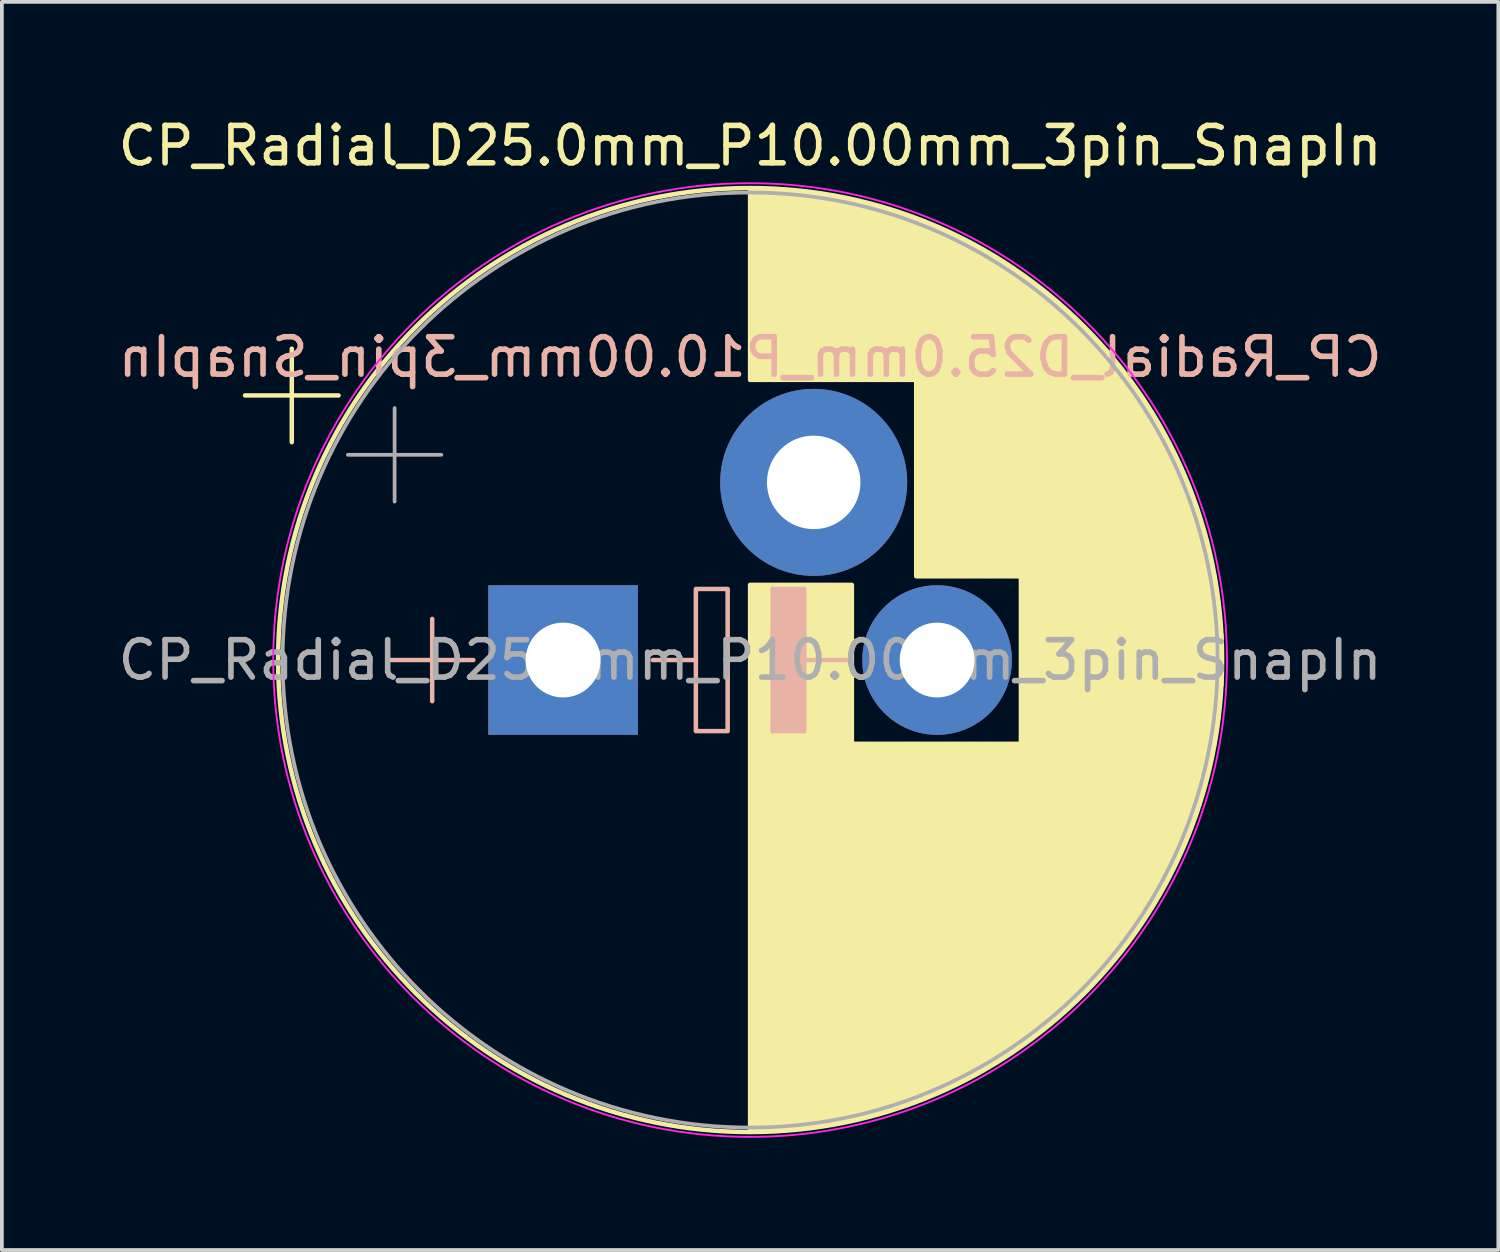
<source format=kicad_pcb>
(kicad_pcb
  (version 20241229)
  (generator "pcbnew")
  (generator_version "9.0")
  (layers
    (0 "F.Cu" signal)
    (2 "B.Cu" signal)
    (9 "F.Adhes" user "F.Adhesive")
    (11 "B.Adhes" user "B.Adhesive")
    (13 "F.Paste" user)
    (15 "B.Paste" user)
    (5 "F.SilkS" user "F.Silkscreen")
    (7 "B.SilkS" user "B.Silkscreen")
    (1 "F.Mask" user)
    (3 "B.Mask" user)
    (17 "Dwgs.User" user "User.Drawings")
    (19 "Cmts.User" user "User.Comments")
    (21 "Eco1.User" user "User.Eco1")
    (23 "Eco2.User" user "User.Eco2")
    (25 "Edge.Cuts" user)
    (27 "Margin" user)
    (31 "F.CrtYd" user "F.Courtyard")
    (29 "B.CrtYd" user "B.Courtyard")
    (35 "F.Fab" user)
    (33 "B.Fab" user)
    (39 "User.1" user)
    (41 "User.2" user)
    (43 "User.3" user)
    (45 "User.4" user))
  (footprint "CP_Radial_D25.0mm_P10.00mm_3pin_SnapIn"
    (layer "F.Cu")
    (at 12.006 14.598)
    (property "Reference" "CP_Radial_D25.0mm_P10.00mm_3pin_SnapIn" (at 5 -13.75 0) (layer "F.SilkS") (effects (font (size 1 1) (thickness 0.15))))
    (fp_line (start -8.504 -7.075) (end -6.004 -7.075) (stroke (width 0.12) (type solid)) (layer "F.SilkS"))
    (fp_line (start -7.254 -8.325) (end -7.254 -5.825) (stroke (width 0.12) (type solid)) (layer "F.SilkS"))
    (fp_line (start 5 -12.581) (end 5 -7.49) (stroke (width 0.12) (type solid)) (layer "F.SilkS"))
    (fp_line (start 5 -2.01) (end 5 12.581) (stroke (width 0.12) (type solid)) (layer "F.SilkS"))
    (fp_line (start 5.04 -12.58) (end 5.04 -7.49) (stroke (width 0.12) (type solid)) (layer "F.SilkS"))
    (fp_line (start 5.04 -2.01) (end 5.04 12.58) (stroke (width 0.12) (type solid)) (layer "F.SilkS"))
    (fp_line (start 5.08 -12.58) (end 5.08 -7.49) (stroke (width 0.12) (type solid)) (layer "F.SilkS"))
    (fp_line (start 5.08 -2.01) (end 5.08 12.58) (stroke (width 0.12) (type solid)) (layer "F.SilkS"))
    (fp_line (start 5.12 -12.58) (end 5.12 -7.49) (stroke (width 0.12) (type solid)) (layer "F.SilkS"))
    (fp_line (start 5.12 -2.01) (end 5.12 12.58) (stroke (width 0.12) (type solid)) (layer "F.SilkS"))
    (fp_line (start 5.16 -12.579) (end 5.16 -7.49) (stroke (width 0.12) (type solid)) (layer "F.SilkS"))
    (fp_line (start 5.16 -2.01) (end 5.16 12.579) (stroke (width 0.12) (type solid)) (layer "F.SilkS"))
    (fp_line (start 5.2 -12.579) (end 5.2 -7.49) (stroke (width 0.12) (type solid)) (layer "F.SilkS"))
    (fp_line (start 5.2 -2.01) (end 5.2 12.579) (stroke (width 0.12) (type solid)) (layer "F.SilkS"))
    (fp_line (start 5.24 -12.578) (end 5.24 -7.49) (stroke (width 0.12) (type solid)) (layer "F.SilkS"))
    (fp_line (start 5.24 -2.01) (end 5.24 12.578) (stroke (width 0.12) (type solid)) (layer "F.SilkS"))
    (fp_line (start 5.28 -12.577) (end 5.28 -7.49) (stroke (width 0.12) (type solid)) (layer "F.SilkS"))
    (fp_line (start 5.28 -2.01) (end 5.28 12.577) (stroke (width 0.12) (type solid)) (layer "F.SilkS"))
    (fp_line (start 5.32 -12.576) (end 5.32 -7.49) (stroke (width 0.12) (type solid)) (layer "F.SilkS"))
    (fp_line (start 5.32 -2.01) (end 5.32 12.576) (stroke (width 0.12) (type solid)) (layer "F.SilkS"))
    (fp_line (start 5.36 -12.575) (end 5.36 -7.49) (stroke (width 0.12) (type solid)) (layer "F.SilkS"))
    (fp_line (start 5.36 -2.01) (end 5.36 12.575) (stroke (width 0.12) (type solid)) (layer "F.SilkS"))
    (fp_line (start 5.4 -12.574) (end 5.4 -7.49) (stroke (width 0.12) (type solid)) (layer "F.SilkS"))
    (fp_line (start 5.4 -2.01) (end 5.4 12.574) (stroke (width 0.12) (type solid)) (layer "F.SilkS"))
    (fp_line (start 5.44 -12.573) (end 5.44 -7.49) (stroke (width 0.12) (type solid)) (layer "F.SilkS"))
    (fp_line (start 5.44 -2.01) (end 5.44 12.573) (stroke (width 0.12) (type solid)) (layer "F.SilkS"))
    (fp_line (start 5.48 -12.571) (end 5.48 -7.49) (stroke (width 0.12) (type solid)) (layer "F.SilkS"))
    (fp_line (start 5.48 -2.01) (end 5.48 12.571) (stroke (width 0.12) (type solid)) (layer "F.SilkS"))
    (fp_line (start 5.52 -12.57) (end 5.52 -7.49) (stroke (width 0.12) (type solid)) (layer "F.SilkS"))
    (fp_line (start 5.52 -2.01) (end 5.52 12.57) (stroke (width 0.12) (type solid)) (layer "F.SilkS"))
    (fp_line (start 5.56 -12.568) (end 5.56 -7.49) (stroke (width 0.12) (type solid)) (layer "F.SilkS"))
    (fp_line (start 5.56 -2.01) (end 5.56 12.568) (stroke (width 0.12) (type solid)) (layer "F.SilkS"))
    (fp_line (start 5.6 -12.566) (end 5.6 -7.49) (stroke (width 0.12) (type solid)) (layer "F.SilkS"))
    (fp_line (start 5.6 -2.01) (end 5.6 12.566) (stroke (width 0.12) (type solid)) (layer "F.SilkS"))
    (fp_line (start 5.64 -12.564) (end 5.64 -7.49) (stroke (width 0.12) (type solid)) (layer "F.SilkS"))
    (fp_line (start 5.64 -2.01) (end 5.64 12.564) (stroke (width 0.12) (type solid)) (layer "F.SilkS"))
    (fp_line (start 5.68 -12.562) (end 5.68 -7.49) (stroke (width 0.12) (type solid)) (layer "F.SilkS"))
    (fp_line (start 5.68 -2.01) (end 5.68 12.562) (stroke (width 0.12) (type solid)) (layer "F.SilkS"))
    (fp_line (start 5.721 -12.56) (end 5.721 -7.49) (stroke (width 0.12) (type solid)) (layer "F.SilkS"))
    (fp_line (start 5.721 -2.01) (end 5.721 12.56) (stroke (width 0.12) (type solid)) (layer "F.SilkS"))
    (fp_line (start 5.761 -12.558) (end 5.761 -7.49) (stroke (width 0.12) (type solid)) (layer "F.SilkS"))
    (fp_line (start 5.761 -2.01) (end 5.761 12.558) (stroke (width 0.12) (type solid)) (layer "F.SilkS"))
    (fp_line (start 5.801 -12.555) (end 5.801 -7.49) (stroke (width 0.12) (type solid)) (layer "F.SilkS"))
    (fp_line (start 5.801 -2.01) (end 5.801 12.555) (stroke (width 0.12) (type solid)) (layer "F.SilkS"))
    (fp_line (start 5.841 -12.553) (end 5.841 -7.49) (stroke (width 0.12) (type solid)) (layer "F.SilkS"))
    (fp_line (start 5.841 -2.01) (end 5.841 12.553) (stroke (width 0.12) (type solid)) (layer "F.SilkS"))
    (fp_line (start 5.881 -12.55) (end 5.881 -7.49) (stroke (width 0.12) (type solid)) (layer "F.SilkS"))
    (fp_line (start 5.881 -2.01) (end 5.881 12.55) (stroke (width 0.12) (type solid)) (layer "F.SilkS"))
    (fp_line (start 5.921 -12.547) (end 5.921 -7.49) (stroke (width 0.12) (type solid)) (layer "F.SilkS"))
    (fp_line (start 5.921 -2.01) (end 5.921 12.547) (stroke (width 0.12) (type solid)) (layer "F.SilkS"))
    (fp_line (start 5.961 -12.544) (end 5.961 -7.49) (stroke (width 0.12) (type solid)) (layer "F.SilkS"))
    (fp_line (start 5.961 -2.01) (end 5.961 12.544) (stroke (width 0.12) (type solid)) (layer "F.SilkS"))
    (fp_line (start 6.001 -12.541) (end 6.001 -7.49) (stroke (width 0.12) (type solid)) (layer "F.SilkS"))
    (fp_line (start 6.001 -2.01) (end 6.001 12.541) (stroke (width 0.12) (type solid)) (layer "F.SilkS"))
    (fp_line (start 6.041 -12.538) (end 6.041 -7.49) (stroke (width 0.12) (type solid)) (layer "F.SilkS"))
    (fp_line (start 6.041 -2.01) (end 6.041 12.538) (stroke (width 0.12) (type solid)) (layer "F.SilkS"))
    (fp_line (start 6.081 -12.534) (end 6.081 -7.49) (stroke (width 0.12) (type solid)) (layer "F.SilkS"))
    (fp_line (start 6.081 -2.01) (end 6.081 12.534) (stroke (width 0.12) (type solid)) (layer "F.SilkS"))
    (fp_line (start 6.121 -12.531) (end 6.121 -7.49) (stroke (width 0.12) (type solid)) (layer "F.SilkS"))
    (fp_line (start 6.121 -2.01) (end 6.121 12.531) (stroke (width 0.12) (type solid)) (layer "F.SilkS"))
    (fp_line (start 6.161 -12.527) (end 6.161 -7.49) (stroke (width 0.12) (type solid)) (layer "F.SilkS"))
    (fp_line (start 6.161 -2.01) (end 6.161 12.527) (stroke (width 0.12) (type solid)) (layer "F.SilkS"))
    (fp_line (start 6.201 -12.523) (end 6.201 -7.49) (stroke (width 0.12) (type solid)) (layer "F.SilkS"))
    (fp_line (start 6.201 -2.01) (end 6.201 12.523) (stroke (width 0.12) (type solid)) (layer "F.SilkS"))
    (fp_line (start 6.241 -12.519) (end 6.241 -7.49) (stroke (width 0.12) (type solid)) (layer "F.SilkS"))
    (fp_line (start 6.241 -2.01) (end 6.241 12.519) (stroke (width 0.12) (type solid)) (layer "F.SilkS"))
    (fp_line (start 6.281 -12.515) (end 6.281 -7.49) (stroke (width 0.12) (type solid)) (layer "F.SilkS"))
    (fp_line (start 6.281 -2.01) (end 6.281 12.515) (stroke (width 0.12) (type solid)) (layer "F.SilkS"))
    (fp_line (start 6.321 -12.511) (end 6.321 -7.49) (stroke (width 0.12) (type solid)) (layer "F.SilkS"))
    (fp_line (start 6.321 -2.01) (end 6.321 12.511) (stroke (width 0.12) (type solid)) (layer "F.SilkS"))
    (fp_line (start 6.361 -12.507) (end 6.361 -7.49) (stroke (width 0.12) (type solid)) (layer "F.SilkS"))
    (fp_line (start 6.361 -2.01) (end 6.361 12.507) (stroke (width 0.12) (type solid)) (layer "F.SilkS"))
    (fp_line (start 6.401 -12.503) (end 6.401 -7.49) (stroke (width 0.12) (type solid)) (layer "F.SilkS"))
    (fp_line (start 6.401 -2.01) (end 6.401 12.503) (stroke (width 0.12) (type solid)) (layer "F.SilkS"))
    (fp_line (start 6.441 -12.498) (end 6.441 -7.49) (stroke (width 0.12) (type solid)) (layer "F.SilkS"))
    (fp_line (start 6.441 -2.01) (end 6.441 12.498) (stroke (width 0.12) (type solid)) (layer "F.SilkS"))
    (fp_line (start 6.481 -12.493) (end 6.481 -7.49) (stroke (width 0.12) (type solid)) (layer "F.SilkS"))
    (fp_line (start 6.481 -2.01) (end 6.481 12.493) (stroke (width 0.12) (type solid)) (layer "F.SilkS"))
    (fp_line (start 6.521 -12.489) (end 6.521 -7.49) (stroke (width 0.12) (type solid)) (layer "F.SilkS"))
    (fp_line (start 6.521 -2.01) (end 6.521 12.489) (stroke (width 0.12) (type solid)) (layer "F.SilkS"))
    (fp_line (start 6.561 -12.484) (end 6.561 -7.49) (stroke (width 0.12) (type solid)) (layer "F.SilkS"))
    (fp_line (start 6.561 -2.01) (end 6.561 12.484) (stroke (width 0.12) (type solid)) (layer "F.SilkS"))
    (fp_line (start 6.601 -12.479) (end 6.601 -7.49) (stroke (width 0.12) (type solid)) (layer "F.SilkS"))
    (fp_line (start 6.601 -2.01) (end 6.601 12.479) (stroke (width 0.12) (type solid)) (layer "F.SilkS"))
    (fp_line (start 6.641 -12.473) (end 6.641 -7.49) (stroke (width 0.12) (type solid)) (layer "F.SilkS"))
    (fp_line (start 6.641 -2.01) (end 6.641 12.473) (stroke (width 0.12) (type solid)) (layer "F.SilkS"))
    (fp_line (start 6.681 -12.468) (end 6.681 -7.49) (stroke (width 0.12) (type solid)) (layer "F.SilkS"))
    (fp_line (start 6.681 -2.01) (end 6.681 12.468) (stroke (width 0.12) (type solid)) (layer "F.SilkS"))
    (fp_line (start 6.721 -12.463) (end 6.721 -7.49) (stroke (width 0.12) (type solid)) (layer "F.SilkS"))
    (fp_line (start 6.721 -2.01) (end 6.721 12.463) (stroke (width 0.12) (type solid)) (layer "F.SilkS"))
    (fp_line (start 6.761 -12.457) (end 6.761 -7.49) (stroke (width 0.12) (type solid)) (layer "F.SilkS"))
    (fp_line (start 6.761 -2.01) (end 6.761 12.457) (stroke (width 0.12) (type solid)) (layer "F.SilkS"))
    (fp_line (start 6.801 -12.451) (end 6.801 -7.49) (stroke (width 0.12) (type solid)) (layer "F.SilkS"))
    (fp_line (start 6.801 -2.01) (end 6.801 12.451) (stroke (width 0.12) (type solid)) (layer "F.SilkS"))
    (fp_line (start 6.841 -12.446) (end 6.841 -7.49) (stroke (width 0.12) (type solid)) (layer "F.SilkS"))
    (fp_line (start 6.841 -2.01) (end 6.841 12.446) (stroke (width 0.12) (type solid)) (layer "F.SilkS"))
    (fp_line (start 6.881 -12.44) (end 6.881 -7.49) (stroke (width 0.12) (type solid)) (layer "F.SilkS"))
    (fp_line (start 6.881 -2.01) (end 6.881 12.44) (stroke (width 0.12) (type solid)) (layer "F.SilkS"))
    (fp_line (start 6.921 -12.434) (end 6.921 -7.49) (stroke (width 0.12) (type solid)) (layer "F.SilkS"))
    (fp_line (start 6.921 -2.01) (end 6.921 12.434) (stroke (width 0.12) (type solid)) (layer "F.SilkS"))
    (fp_line (start 6.961 -12.427) (end 6.961 -7.49) (stroke (width 0.12) (type solid)) (layer "F.SilkS"))
    (fp_line (start 6.961 -2.01) (end 6.961 12.427) (stroke (width 0.12) (type solid)) (layer "F.SilkS"))
    (fp_line (start 7.001 -12.421) (end 7.001 -7.49) (stroke (width 0.12) (type solid)) (layer "F.SilkS"))
    (fp_line (start 7.001 -2.01) (end 7.001 12.421) (stroke (width 0.12) (type solid)) (layer "F.SilkS"))
    (fp_line (start 7.041 -12.415) (end 7.041 -7.49) (stroke (width 0.12) (type solid)) (layer "F.SilkS"))
    (fp_line (start 7.041 -2.01) (end 7.041 12.415) (stroke (width 0.12) (type solid)) (layer "F.SilkS"))
    (fp_line (start 7.081 -12.408) (end 7.081 -7.49) (stroke (width 0.12) (type solid)) (layer "F.SilkS"))
    (fp_line (start 7.081 -2.01) (end 7.081 12.408) (stroke (width 0.12) (type solid)) (layer "F.SilkS"))
    (fp_line (start 7.121 -12.401) (end 7.121 -7.49) (stroke (width 0.12) (type solid)) (layer "F.SilkS"))
    (fp_line (start 7.121 -2.01) (end 7.121 12.401) (stroke (width 0.12) (type solid)) (layer "F.SilkS"))
    (fp_line (start 7.161 -12.394) (end 7.161 -7.49) (stroke (width 0.12) (type solid)) (layer "F.SilkS"))
    (fp_line (start 7.161 -2.01) (end 7.161 12.394) (stroke (width 0.12) (type solid)) (layer "F.SilkS"))
    (fp_line (start 7.201 -12.387) (end 7.201 -7.49) (stroke (width 0.12) (type solid)) (layer "F.SilkS"))
    (fp_line (start 7.201 -2.01) (end 7.201 12.387) (stroke (width 0.12) (type solid)) (layer "F.SilkS"))
    (fp_line (start 7.241 -12.38) (end 7.241 -7.49) (stroke (width 0.12) (type solid)) (layer "F.SilkS"))
    (fp_line (start 7.241 -2.01) (end 7.241 12.38) (stroke (width 0.12) (type solid)) (layer "F.SilkS"))
    (fp_line (start 7.281 -12.373) (end 7.281 -7.49) (stroke (width 0.12) (type solid)) (layer "F.SilkS"))
    (fp_line (start 7.281 -2.01) (end 7.281 12.373) (stroke (width 0.12) (type solid)) (layer "F.SilkS"))
    (fp_line (start 7.321 -12.365) (end 7.321 -7.49) (stroke (width 0.12) (type solid)) (layer "F.SilkS"))
    (fp_line (start 7.321 -2.01) (end 7.321 12.365) (stroke (width 0.12) (type solid)) (layer "F.SilkS"))
    (fp_line (start 7.361 -12.358) (end 7.361 -7.49) (stroke (width 0.12) (type solid)) (layer "F.SilkS"))
    (fp_line (start 7.361 -2.01) (end 7.361 12.358) (stroke (width 0.12) (type solid)) (layer "F.SilkS"))
    (fp_line (start 7.401 -12.35) (end 7.401 -7.49) (stroke (width 0.12) (type solid)) (layer "F.SilkS"))
    (fp_line (start 7.401 -2.01) (end 7.401 12.35) (stroke (width 0.12) (type solid)) (layer "F.SilkS"))
    (fp_line (start 7.441 -12.342) (end 7.441 -7.49) (stroke (width 0.12) (type solid)) (layer "F.SilkS"))
    (fp_line (start 7.441 -2.01) (end 7.441 12.342) (stroke (width 0.12) (type solid)) (layer "F.SilkS"))
    (fp_line (start 7.481 -12.334) (end 7.481 -7.49) (stroke (width 0.12) (type solid)) (layer "F.SilkS"))
    (fp_line (start 7.481 -2.01) (end 7.481 12.334) (stroke (width 0.12) (type solid)) (layer "F.SilkS"))
    (fp_line (start 7.521 -12.326) (end 7.521 -7.49) (stroke (width 0.12) (type solid)) (layer "F.SilkS"))
    (fp_line (start 7.521 -2.01) (end 7.521 12.326) (stroke (width 0.12) (type solid)) (layer "F.SilkS"))
    (fp_line (start 7.561 -12.318) (end 7.561 -7.49) (stroke (width 0.12) (type solid)) (layer "F.SilkS"))
    (fp_line (start 7.561 -2.01) (end 7.561 12.318) (stroke (width 0.12) (type solid)) (layer "F.SilkS"))
    (fp_line (start 7.601 -12.31) (end 7.601 -7.49) (stroke (width 0.12) (type solid)) (layer "F.SilkS"))
    (fp_line (start 7.601 -2.01) (end 7.601 12.31) (stroke (width 0.12) (type solid)) (layer "F.SilkS"))
    (fp_line (start 7.641 -12.301) (end 7.641 -7.49) (stroke (width 0.12) (type solid)) (layer "F.SilkS"))
    (fp_line (start 7.641 -2.01) (end 7.641 12.301) (stroke (width 0.12) (type solid)) (layer "F.SilkS"))
    (fp_line (start 7.681 -12.293) (end 7.681 -7.49) (stroke (width 0.12) (type solid)) (layer "F.SilkS"))
    (fp_line (start 7.681 -2.01) (end 7.681 12.293) (stroke (width 0.12) (type solid)) (layer "F.SilkS"))
    (fp_line (start 7.721 -12.284) (end 7.721 -7.49) (stroke (width 0.12) (type solid)) (layer "F.SilkS"))
    (fp_line (start 7.721 -2.01) (end 7.721 12.284) (stroke (width 0.12) (type solid)) (layer "F.SilkS"))
    (fp_line (start 7.761 -12.275) (end 7.761 -7.49) (stroke (width 0.12) (type solid)) (layer "F.SilkS"))
    (fp_line (start 7.761 2.24) (end 7.761 12.275) (stroke (width 0.12) (type solid)) (layer "F.SilkS"))
    (fp_line (start 7.801 -12.266) (end 7.801 -7.49) (stroke (width 0.12) (type solid)) (layer "F.SilkS"))
    (fp_line (start 7.801 2.24) (end 7.801 12.266) (stroke (width 0.12) (type solid)) (layer "F.SilkS"))
    (fp_line (start 7.841 -12.257) (end 7.841 -7.49) (stroke (width 0.12) (type solid)) (layer "F.SilkS"))
    (fp_line (start 7.841 2.24) (end 7.841 12.257) (stroke (width 0.12) (type solid)) (layer "F.SilkS"))
    (fp_line (start 7.881 -12.247) (end 7.881 -7.49) (stroke (width 0.12) (type solid)) (layer "F.SilkS"))
    (fp_line (start 7.881 2.24) (end 7.881 12.247) (stroke (width 0.12) (type solid)) (layer "F.SilkS"))
    (fp_line (start 7.921 -12.238) (end 7.921 -7.49) (stroke (width 0.12) (type solid)) (layer "F.SilkS"))
    (fp_line (start 7.921 2.24) (end 7.921 12.238) (stroke (width 0.12) (type solid)) (layer "F.SilkS"))
    (fp_line (start 7.961 -12.228) (end 7.961 -7.49) (stroke (width 0.12) (type solid)) (layer "F.SilkS"))
    (fp_line (start 7.961 2.24) (end 7.961 12.228) (stroke (width 0.12) (type solid)) (layer "F.SilkS"))
    (fp_line (start 8.001 -12.219) (end 8.001 -7.49) (stroke (width 0.12) (type solid)) (layer "F.SilkS"))
    (fp_line (start 8.001 2.24) (end 8.001 12.219) (stroke (width 0.12) (type solid)) (layer "F.SilkS"))
    (fp_line (start 8.041 -12.209) (end 8.041 -7.49) (stroke (width 0.12) (type solid)) (layer "F.SilkS"))
    (fp_line (start 8.041 2.24) (end 8.041 12.209) (stroke (width 0.12) (type solid)) (layer "F.SilkS"))
    (fp_line (start 8.081 -12.199) (end 8.081 -7.49) (stroke (width 0.12) (type solid)) (layer "F.SilkS"))
    (fp_line (start 8.081 2.24) (end 8.081 12.199) (stroke (width 0.12) (type solid)) (layer "F.SilkS"))
    (fp_line (start 8.121 -12.189) (end 8.121 -7.49) (stroke (width 0.12) (type solid)) (layer "F.SilkS"))
    (fp_line (start 8.121 2.24) (end 8.121 12.189) (stroke (width 0.12) (type solid)) (layer "F.SilkS"))
    (fp_line (start 8.161 -12.178) (end 8.161 -7.49) (stroke (width 0.12) (type solid)) (layer "F.SilkS"))
    (fp_line (start 8.161 2.24) (end 8.161 12.178) (stroke (width 0.12) (type solid)) (layer "F.SilkS"))
    (fp_line (start 8.201 -12.168) (end 8.201 -7.49) (stroke (width 0.12) (type solid)) (layer "F.SilkS"))
    (fp_line (start 8.201 2.24) (end 8.201 12.168) (stroke (width 0.12) (type solid)) (layer "F.SilkS"))
    (fp_line (start 8.241 -12.157) (end 8.241 -7.49) (stroke (width 0.12) (type solid)) (layer "F.SilkS"))
    (fp_line (start 8.241 2.24) (end 8.241 12.157) (stroke (width 0.12) (type solid)) (layer "F.SilkS"))
    (fp_line (start 8.281 -12.147) (end 8.281 -7.49) (stroke (width 0.12) (type solid)) (layer "F.SilkS"))
    (fp_line (start 8.281 2.24) (end 8.281 12.147) (stroke (width 0.12) (type solid)) (layer "F.SilkS"))
    (fp_line (start 8.321 -12.136) (end 8.321 -7.49) (stroke (width 0.12) (type solid)) (layer "F.SilkS"))
    (fp_line (start 8.321 2.24) (end 8.321 12.136) (stroke (width 0.12) (type solid)) (layer "F.SilkS"))
    (fp_line (start 8.361 -12.125) (end 8.361 -7.49) (stroke (width 0.12) (type solid)) (layer "F.SilkS"))
    (fp_line (start 8.361 2.24) (end 8.361 12.125) (stroke (width 0.12) (type solid)) (layer "F.SilkS"))
    (fp_line (start 8.401 -12.114) (end 8.401 -7.49) (stroke (width 0.12) (type solid)) (layer "F.SilkS"))
    (fp_line (start 8.401 2.24) (end 8.401 12.114) (stroke (width 0.12) (type solid)) (layer "F.SilkS"))
    (fp_line (start 8.441 -12.103) (end 8.441 -7.49) (stroke (width 0.12) (type solid)) (layer "F.SilkS"))
    (fp_line (start 8.441 2.24) (end 8.441 12.103) (stroke (width 0.12) (type solid)) (layer "F.SilkS"))
    (fp_line (start 8.481 -12.091) (end 8.481 -7.49) (stroke (width 0.12) (type solid)) (layer "F.SilkS"))
    (fp_line (start 8.481 2.24) (end 8.481 12.091) (stroke (width 0.12) (type solid)) (layer "F.SilkS"))
    (fp_line (start 8.521 -12.08) (end 8.521 -7.49) (stroke (width 0.12) (type solid)) (layer "F.SilkS"))
    (fp_line (start 8.521 2.24) (end 8.521 12.08) (stroke (width 0.12) (type solid)) (layer "F.SilkS"))
    (fp_line (start 8.561 -12.068) (end 8.561 -7.49) (stroke (width 0.12) (type solid)) (layer "F.SilkS"))
    (fp_line (start 8.561 2.24) (end 8.561 12.068) (stroke (width 0.12) (type solid)) (layer "F.SilkS"))
    (fp_line (start 8.601 -12.056) (end 8.601 -7.49) (stroke (width 0.12) (type solid)) (layer "F.SilkS"))
    (fp_line (start 8.601 2.24) (end 8.601 12.056) (stroke (width 0.12) (type solid)) (layer "F.SilkS"))
    (fp_line (start 8.641 -12.044) (end 8.641 -7.49) (stroke (width 0.12) (type solid)) (layer "F.SilkS"))
    (fp_line (start 8.641 2.24) (end 8.641 12.044) (stroke (width 0.12) (type solid)) (layer "F.SilkS"))
    (fp_line (start 8.681 -12.032) (end 8.681 -7.49) (stroke (width 0.12) (type solid)) (layer "F.SilkS"))
    (fp_line (start 8.681 2.24) (end 8.681 12.032) (stroke (width 0.12) (type solid)) (layer "F.SilkS"))
    (fp_line (start 8.721 -12.02) (end 8.721 -7.49) (stroke (width 0.12) (type solid)) (layer "F.SilkS"))
    (fp_line (start 8.721 2.24) (end 8.721 12.02) (stroke (width 0.12) (type solid)) (layer "F.SilkS"))
    (fp_line (start 8.761 -12.007) (end 8.761 -7.49) (stroke (width 0.12) (type solid)) (layer "F.SilkS"))
    (fp_line (start 8.761 2.24) (end 8.761 12.007) (stroke (width 0.12) (type solid)) (layer "F.SilkS"))
    (fp_line (start 8.801 -11.995) (end 8.801 -7.49) (stroke (width 0.12) (type solid)) (layer "F.SilkS"))
    (fp_line (start 8.801 2.24) (end 8.801 11.995) (stroke (width 0.12) (type solid)) (layer "F.SilkS"))
    (fp_line (start 8.841 -11.982) (end 8.841 -7.49) (stroke (width 0.12) (type solid)) (layer "F.SilkS"))
    (fp_line (start 8.841 2.24) (end 8.841 11.982) (stroke (width 0.12) (type solid)) (layer "F.SilkS"))
    (fp_line (start 8.881 -11.969) (end 8.881 -7.49) (stroke (width 0.12) (type solid)) (layer "F.SilkS"))
    (fp_line (start 8.881 2.24) (end 8.881 11.969) (stroke (width 0.12) (type solid)) (layer "F.SilkS"))
    (fp_line (start 8.921 -11.956) (end 8.921 -7.49) (stroke (width 0.12) (type solid)) (layer "F.SilkS"))
    (fp_line (start 8.921 2.24) (end 8.921 11.956) (stroke (width 0.12) (type solid)) (layer "F.SilkS"))
    (fp_line (start 8.961 -11.943) (end 8.961 -7.49) (stroke (width 0.12) (type solid)) (layer "F.SilkS"))
    (fp_line (start 8.961 2.24) (end 8.961 11.943) (stroke (width 0.12) (type solid)) (layer "F.SilkS"))
    (fp_line (start 9.001 -11.93) (end 9.001 -7.49) (stroke (width 0.12) (type solid)) (layer "F.SilkS"))
    (fp_line (start 9.001 2.24) (end 9.001 11.93) (stroke (width 0.12) (type solid)) (layer "F.SilkS"))
    (fp_line (start 9.041 -11.916) (end 9.041 -7.49) (stroke (width 0.12) (type solid)) (layer "F.SilkS"))
    (fp_line (start 9.041 2.24) (end 9.041 11.916) (stroke (width 0.12) (type solid)) (layer "F.SilkS"))
    (fp_line (start 9.081 -11.903) (end 9.081 -7.49) (stroke (width 0.12) (type solid)) (layer "F.SilkS"))
    (fp_line (start 9.081 2.24) (end 9.081 11.903) (stroke (width 0.12) (type solid)) (layer "F.SilkS"))
    (fp_line (start 9.121 -11.889) (end 9.121 -7.49) (stroke (width 0.12) (type solid)) (layer "F.SilkS"))
    (fp_line (start 9.121 2.24) (end 9.121 11.889) (stroke (width 0.12) (type solid)) (layer "F.SilkS"))
    (fp_line (start 9.161 -11.875) (end 9.161 -7.49) (stroke (width 0.12) (type solid)) (layer "F.SilkS"))
    (fp_line (start 9.161 2.24) (end 9.161 11.875) (stroke (width 0.12) (type solid)) (layer "F.SilkS"))
    (fp_line (start 9.201 -11.861) (end 9.201 -7.49) (stroke (width 0.12) (type solid)) (layer "F.SilkS"))
    (fp_line (start 9.201 2.24) (end 9.201 11.861) (stroke (width 0.12) (type solid)) (layer "F.SilkS"))
    (fp_line (start 9.241 -11.847) (end 9.241 -7.49) (stroke (width 0.12) (type solid)) (layer "F.SilkS"))
    (fp_line (start 9.241 2.24) (end 9.241 11.847) (stroke (width 0.12) (type solid)) (layer "F.SilkS"))
    (fp_line (start 9.281 -11.833) (end 9.281 -7.49) (stroke (width 0.12) (type solid)) (layer "F.SilkS"))
    (fp_line (start 9.281 2.24) (end 9.281 11.833) (stroke (width 0.12) (type solid)) (layer "F.SilkS"))
    (fp_line (start 9.321 -11.818) (end 9.321 -7.49) (stroke (width 0.12) (type solid)) (layer "F.SilkS"))
    (fp_line (start 9.321 2.24) (end 9.321 11.818) (stroke (width 0.12) (type solid)) (layer "F.SilkS"))
    (fp_line (start 9.361 -11.803) (end 9.361 -7.49) (stroke (width 0.12) (type solid)) (layer "F.SilkS"))
    (fp_line (start 9.361 2.24) (end 9.361 11.803) (stroke (width 0.12) (type solid)) (layer "F.SilkS"))
    (fp_line (start 9.401 -11.789) (end 9.401 -7.49) (stroke (width 0.12) (type solid)) (layer "F.SilkS"))
    (fp_line (start 9.401 2.24) (end 9.401 11.789) (stroke (width 0.12) (type solid)) (layer "F.SilkS"))
    (fp_line (start 9.441 -11.774) (end 9.441 -2.24) (stroke (width 0.12) (type solid)) (layer "F.SilkS"))
    (fp_line (start 9.441 2.24) (end 9.441 11.774) (stroke (width 0.12) (type solid)) (layer "F.SilkS"))
    (fp_line (start 9.481 -11.759) (end 9.481 -2.24) (stroke (width 0.12) (type solid)) (layer "F.SilkS"))
    (fp_line (start 9.481 2.24) (end 9.481 11.759) (stroke (width 0.12) (type solid)) (layer "F.SilkS"))
    (fp_line (start 9.521 -11.743) (end 9.521 -2.24) (stroke (width 0.12) (type solid)) (layer "F.SilkS"))
    (fp_line (start 9.521 2.24) (end 9.521 11.743) (stroke (width 0.12) (type solid)) (layer "F.SilkS"))
    (fp_line (start 9.561 -11.728) (end 9.561 -2.24) (stroke (width 0.12) (type solid)) (layer "F.SilkS"))
    (fp_line (start 9.561 2.24) (end 9.561 11.728) (stroke (width 0.12) (type solid)) (layer "F.SilkS"))
    (fp_line (start 9.601 -11.712) (end 9.601 -2.24) (stroke (width 0.12) (type solid)) (layer "F.SilkS"))
    (fp_line (start 9.601 2.24) (end 9.601 11.712) (stroke (width 0.12) (type solid)) (layer "F.SilkS"))
    (fp_line (start 9.641 -11.697) (end 9.641 -2.24) (stroke (width 0.12) (type solid)) (layer "F.SilkS"))
    (fp_line (start 9.641 2.24) (end 9.641 11.697) (stroke (width 0.12) (type solid)) (layer "F.SilkS"))
    (fp_line (start 9.681 -11.681) (end 9.681 -2.24) (stroke (width 0.12) (type solid)) (layer "F.SilkS"))
    (fp_line (start 9.681 2.24) (end 9.681 11.681) (stroke (width 0.12) (type solid)) (layer "F.SilkS"))
    (fp_line (start 9.721 -11.665) (end 9.721 -2.24) (stroke (width 0.12) (type solid)) (layer "F.SilkS"))
    (fp_line (start 9.721 2.24) (end 9.721 11.665) (stroke (width 0.12) (type solid)) (layer "F.SilkS"))
    (fp_line (start 9.761 -11.648) (end 9.761 -2.24) (stroke (width 0.12) (type solid)) (layer "F.SilkS"))
    (fp_line (start 9.761 2.24) (end 9.761 11.648) (stroke (width 0.12) (type solid)) (layer "F.SilkS"))
    (fp_line (start 9.801 -11.632) (end 9.801 -2.24) (stroke (width 0.12) (type solid)) (layer "F.SilkS"))
    (fp_line (start 9.801 2.24) (end 9.801 11.632) (stroke (width 0.12) (type solid)) (layer "F.SilkS"))
    (fp_line (start 9.841 -11.615) (end 9.841 -2.24) (stroke (width 0.12) (type solid)) (layer "F.SilkS"))
    (fp_line (start 9.841 2.24) (end 9.841 11.615) (stroke (width 0.12) (type solid)) (layer "F.SilkS"))
    (fp_line (start 9.881 -11.599) (end 9.881 -2.24) (stroke (width 0.12) (type solid)) (layer "F.SilkS"))
    (fp_line (start 9.881 2.24) (end 9.881 11.599) (stroke (width 0.12) (type solid)) (layer "F.SilkS"))
    (fp_line (start 9.921 -11.582) (end 9.921 -2.24) (stroke (width 0.12) (type solid)) (layer "F.SilkS"))
    (fp_line (start 9.921 2.24) (end 9.921 11.582) (stroke (width 0.12) (type solid)) (layer "F.SilkS"))
    (fp_line (start 9.961 -11.565) (end 9.961 -2.24) (stroke (width 0.12) (type solid)) (layer "F.SilkS"))
    (fp_line (start 9.961 2.24) (end 9.961 11.565) (stroke (width 0.12) (type solid)) (layer "F.SilkS"))
    (fp_line (start 10.001 -11.548) (end 10.001 -2.24) (stroke (width 0.12) (type solid)) (layer "F.SilkS"))
    (fp_line (start 10.001 2.24) (end 10.001 11.548) (stroke (width 0.12) (type solid)) (layer "F.SilkS"))
    (fp_line (start 10.041 -11.53) (end 10.041 -2.24) (stroke (width 0.12) (type solid)) (layer "F.SilkS"))
    (fp_line (start 10.041 2.24) (end 10.041 11.53) (stroke (width 0.12) (type solid)) (layer "F.SilkS"))
    (fp_line (start 10.081 -11.513) (end 10.081 -2.24) (stroke (width 0.12) (type solid)) (layer "F.SilkS"))
    (fp_line (start 10.081 2.24) (end 10.081 11.513) (stroke (width 0.12) (type solid)) (layer "F.SilkS"))
    (fp_line (start 10.121 -11.495) (end 10.121 -2.24) (stroke (width 0.12) (type solid)) (layer "F.SilkS"))
    (fp_line (start 10.121 2.24) (end 10.121 11.495) (stroke (width 0.12) (type solid)) (layer "F.SilkS"))
    (fp_line (start 10.161 -11.477) (end 10.161 -2.24) (stroke (width 0.12) (type solid)) (layer "F.SilkS"))
    (fp_line (start 10.161 2.24) (end 10.161 11.477) (stroke (width 0.12) (type solid)) (layer "F.SilkS"))
    (fp_line (start 10.201 -11.459) (end 10.201 -2.24) (stroke (width 0.12) (type solid)) (layer "F.SilkS"))
    (fp_line (start 10.201 2.24) (end 10.201 11.459) (stroke (width 0.12) (type solid)) (layer "F.SilkS"))
    (fp_line (start 10.241 -11.441) (end 10.241 -2.24) (stroke (width 0.12) (type solid)) (layer "F.SilkS"))
    (fp_line (start 10.241 2.24) (end 10.241 11.441) (stroke (width 0.12) (type solid)) (layer "F.SilkS"))
    (fp_line (start 10.281 -11.423) (end 10.281 -2.24) (stroke (width 0.12) (type solid)) (layer "F.SilkS"))
    (fp_line (start 10.281 2.24) (end 10.281 11.423) (stroke (width 0.12) (type solid)) (layer "F.SilkS"))
    (fp_line (start 10.321 -11.404) (end 10.321 -2.24) (stroke (width 0.12) (type solid)) (layer "F.SilkS"))
    (fp_line (start 10.321 2.24) (end 10.321 11.404) (stroke (width 0.12) (type solid)) (layer "F.SilkS"))
    (fp_line (start 10.361 -11.386) (end 10.361 -2.24) (stroke (width 0.12) (type solid)) (layer "F.SilkS"))
    (fp_line (start 10.361 2.24) (end 10.361 11.386) (stroke (width 0.12) (type solid)) (layer "F.SilkS"))
    (fp_line (start 10.401 -11.367) (end 10.401 -2.24) (stroke (width 0.12) (type solid)) (layer "F.SilkS"))
    (fp_line (start 10.401 2.24) (end 10.401 11.367) (stroke (width 0.12) (type solid)) (layer "F.SilkS"))
    (fp_line (start 10.441 -11.348) (end 10.441 -2.24) (stroke (width 0.12) (type solid)) (layer "F.SilkS"))
    (fp_line (start 10.441 2.24) (end 10.441 11.348) (stroke (width 0.12) (type solid)) (layer "F.SilkS"))
    (fp_line (start 10.481 -11.329) (end 10.481 -2.24) (stroke (width 0.12) (type solid)) (layer "F.SilkS"))
    (fp_line (start 10.481 2.24) (end 10.481 11.329) (stroke (width 0.12) (type solid)) (layer "F.SilkS"))
    (fp_line (start 10.521 -11.309) (end 10.521 -2.24) (stroke (width 0.12) (type solid)) (layer "F.SilkS"))
    (fp_line (start 10.521 2.24) (end 10.521 11.309) (stroke (width 0.12) (type solid)) (layer "F.SilkS"))
    (fp_line (start 10.561 -11.29) (end 10.561 -2.24) (stroke (width 0.12) (type solid)) (layer "F.SilkS"))
    (fp_line (start 10.561 2.24) (end 10.561 11.29) (stroke (width 0.12) (type solid)) (layer "F.SilkS"))
    (fp_line (start 10.601 -11.27) (end 10.601 -2.24) (stroke (width 0.12) (type solid)) (layer "F.SilkS"))
    (fp_line (start 10.601 2.24) (end 10.601 11.27) (stroke (width 0.12) (type solid)) (layer "F.SilkS"))
    (fp_line (start 10.641 -11.25) (end 10.641 -2.24) (stroke (width 0.12) (type solid)) (layer "F.SilkS"))
    (fp_line (start 10.641 2.24) (end 10.641 11.25) (stroke (width 0.12) (type solid)) (layer "F.SilkS"))
    (fp_line (start 10.681 -11.23) (end 10.681 -2.24) (stroke (width 0.12) (type solid)) (layer "F.SilkS"))
    (fp_line (start 10.681 2.24) (end 10.681 11.23) (stroke (width 0.12) (type solid)) (layer "F.SilkS"))
    (fp_line (start 10.721 -11.21) (end 10.721 -2.24) (stroke (width 0.12) (type solid)) (layer "F.SilkS"))
    (fp_line (start 10.721 2.24) (end 10.721 11.21) (stroke (width 0.12) (type solid)) (layer "F.SilkS"))
    (fp_line (start 10.761 -11.189) (end 10.761 -2.24) (stroke (width 0.12) (type solid)) (layer "F.SilkS"))
    (fp_line (start 10.761 2.24) (end 10.761 11.189) (stroke (width 0.12) (type solid)) (layer "F.SilkS"))
    (fp_line (start 10.801 -11.169) (end 10.801 -2.24) (stroke (width 0.12) (type solid)) (layer "F.SilkS"))
    (fp_line (start 10.801 2.24) (end 10.801 11.169) (stroke (width 0.12) (type solid)) (layer "F.SilkS"))
    (fp_line (start 10.841 -11.148) (end 10.841 -2.24) (stroke (width 0.12) (type solid)) (layer "F.SilkS"))
    (fp_line (start 10.841 2.24) (end 10.841 11.148) (stroke (width 0.12) (type solid)) (layer "F.SilkS"))
    (fp_line (start 10.881 -11.127) (end 10.881 -2.24) (stroke (width 0.12) (type solid)) (layer "F.SilkS"))
    (fp_line (start 10.881 2.24) (end 10.881 11.127) (stroke (width 0.12) (type solid)) (layer "F.SilkS"))
    (fp_line (start 10.921 -11.106) (end 10.921 -2.24) (stroke (width 0.12) (type solid)) (layer "F.SilkS"))
    (fp_line (start 10.921 2.24) (end 10.921 11.106) (stroke (width 0.12) (type solid)) (layer "F.SilkS"))
    (fp_line (start 10.961 -11.084) (end 10.961 -2.24) (stroke (width 0.12) (type solid)) (layer "F.SilkS"))
    (fp_line (start 10.961 2.24) (end 10.961 11.084) (stroke (width 0.12) (type solid)) (layer "F.SilkS"))
    (fp_line (start 11.001 -11.063) (end 11.001 -2.24) (stroke (width 0.12) (type solid)) (layer "F.SilkS"))
    (fp_line (start 11.001 2.24) (end 11.001 11.063) (stroke (width 0.12) (type solid)) (layer "F.SilkS"))
    (fp_line (start 11.041 -11.041) (end 11.041 -2.24) (stroke (width 0.12) (type solid)) (layer "F.SilkS"))
    (fp_line (start 11.041 2.24) (end 11.041 11.041) (stroke (width 0.12) (type solid)) (layer "F.SilkS"))
    (fp_line (start 11.081 -11.019) (end 11.081 -2.24) (stroke (width 0.12) (type solid)) (layer "F.SilkS"))
    (fp_line (start 11.081 2.24) (end 11.081 11.019) (stroke (width 0.12) (type solid)) (layer "F.SilkS"))
    (fp_line (start 11.121 -10.997) (end 11.121 -2.24) (stroke (width 0.12) (type solid)) (layer "F.SilkS"))
    (fp_line (start 11.121 2.24) (end 11.121 10.997) (stroke (width 0.12) (type solid)) (layer "F.SilkS"))
    (fp_line (start 11.161 -10.975) (end 11.161 -2.24) (stroke (width 0.12) (type solid)) (layer "F.SilkS"))
    (fp_line (start 11.161 2.24) (end 11.161 10.975) (stroke (width 0.12) (type solid)) (layer "F.SilkS"))
    (fp_line (start 11.201 -10.953) (end 11.201 -2.24) (stroke (width 0.12) (type solid)) (layer "F.SilkS"))
    (fp_line (start 11.201 2.24) (end 11.201 10.953) (stroke (width 0.12) (type solid)) (layer "F.SilkS"))
    (fp_line (start 11.241 -10.93) (end 11.241 -2.24) (stroke (width 0.12) (type solid)) (layer "F.SilkS"))
    (fp_line (start 11.241 2.24) (end 11.241 10.93) (stroke (width 0.12) (type solid)) (layer "F.SilkS"))
    (fp_line (start 11.281 -10.907) (end 11.281 -2.24) (stroke (width 0.12) (type solid)) (layer "F.SilkS"))
    (fp_line (start 11.281 2.24) (end 11.281 10.907) (stroke (width 0.12) (type solid)) (layer "F.SilkS"))
    (fp_line (start 11.321 -10.884) (end 11.321 -2.24) (stroke (width 0.12) (type solid)) (layer "F.SilkS"))
    (fp_line (start 11.321 2.24) (end 11.321 10.884) (stroke (width 0.12) (type solid)) (layer "F.SilkS"))
    (fp_line (start 11.361 -10.861) (end 11.361 -2.24) (stroke (width 0.12) (type solid)) (layer "F.SilkS"))
    (fp_line (start 11.361 2.24) (end 11.361 10.861) (stroke (width 0.12) (type solid)) (layer "F.SilkS"))
    (fp_line (start 11.401 -10.837) (end 11.401 -2.24) (stroke (width 0.12) (type solid)) (layer "F.SilkS"))
    (fp_line (start 11.401 2.24) (end 11.401 10.837) (stroke (width 0.12) (type solid)) (layer "F.SilkS"))
    (fp_line (start 11.441 -10.814) (end 11.441 -2.24) (stroke (width 0.12) (type solid)) (layer "F.SilkS"))
    (fp_line (start 11.441 2.24) (end 11.441 10.814) (stroke (width 0.12) (type solid)) (layer "F.SilkS"))
    (fp_line (start 11.481 -10.79) (end 11.481 -2.24) (stroke (width 0.12) (type solid)) (layer "F.SilkS"))
    (fp_line (start 11.481 2.24) (end 11.481 10.79) (stroke (width 0.12) (type solid)) (layer "F.SilkS"))
    (fp_line (start 11.521 -10.766) (end 11.521 -2.24) (stroke (width 0.12) (type solid)) (layer "F.SilkS"))
    (fp_line (start 11.521 2.24) (end 11.521 10.766) (stroke (width 0.12) (type solid)) (layer "F.SilkS"))
    (fp_line (start 11.561 -10.742) (end 11.561 -2.24) (stroke (width 0.12) (type solid)) (layer "F.SilkS"))
    (fp_line (start 11.561 2.24) (end 11.561 10.742) (stroke (width 0.12) (type solid)) (layer "F.SilkS"))
    (fp_line (start 11.601 -10.717) (end 11.601 -2.24) (stroke (width 0.12) (type solid)) (layer "F.SilkS"))
    (fp_line (start 11.601 2.24) (end 11.601 10.717) (stroke (width 0.12) (type solid)) (layer "F.SilkS"))
    (fp_line (start 11.641 -10.692) (end 11.641 -2.24) (stroke (width 0.12) (type solid)) (layer "F.SilkS"))
    (fp_line (start 11.641 2.24) (end 11.641 10.692) (stroke (width 0.12) (type solid)) (layer "F.SilkS"))
    (fp_line (start 11.681 -10.668) (end 11.681 -2.24) (stroke (width 0.12) (type solid)) (layer "F.SilkS"))
    (fp_line (start 11.681 2.24) (end 11.681 10.668) (stroke (width 0.12) (type solid)) (layer "F.SilkS"))
    (fp_line (start 11.721 -10.643) (end 11.721 -2.24) (stroke (width 0.12) (type solid)) (layer "F.SilkS"))
    (fp_line (start 11.721 2.24) (end 11.721 10.643) (stroke (width 0.12) (type solid)) (layer "F.SilkS"))
    (fp_line (start 11.761 -10.617) (end 11.761 -2.24) (stroke (width 0.12) (type solid)) (layer "F.SilkS"))
    (fp_line (start 11.761 2.24) (end 11.761 10.617) (stroke (width 0.12) (type solid)) (layer "F.SilkS"))
    (fp_line (start 11.801 -10.592) (end 11.801 -2.24) (stroke (width 0.12) (type solid)) (layer "F.SilkS"))
    (fp_line (start 11.801 2.24) (end 11.801 10.592) (stroke (width 0.12) (type solid)) (layer "F.SilkS"))
    (fp_line (start 11.841 -10.566) (end 11.841 -2.24) (stroke (width 0.12) (type solid)) (layer "F.SilkS"))
    (fp_line (start 11.841 2.24) (end 11.841 10.566) (stroke (width 0.12) (type solid)) (layer "F.SilkS"))
    (fp_line (start 11.881 -10.54) (end 11.881 -2.24) (stroke (width 0.12) (type solid)) (layer "F.SilkS"))
    (fp_line (start 11.881 2.24) (end 11.881 10.54) (stroke (width 0.12) (type solid)) (layer "F.SilkS"))
    (fp_line (start 11.921 -10.514) (end 11.921 -2.24) (stroke (width 0.12) (type solid)) (layer "F.SilkS"))
    (fp_line (start 11.921 2.24) (end 11.921 10.514) (stroke (width 0.12) (type solid)) (layer "F.SilkS"))
    (fp_line (start 11.961 -10.488) (end 11.961 -2.24) (stroke (width 0.12) (type solid)) (layer "F.SilkS"))
    (fp_line (start 11.961 2.24) (end 11.961 10.488) (stroke (width 0.12) (type solid)) (layer "F.SilkS"))
    (fp_line (start 12.001 -10.461) (end 12.001 -2.24) (stroke (width 0.12) (type solid)) (layer "F.SilkS"))
    (fp_line (start 12.001 2.24) (end 12.001 10.461) (stroke (width 0.12) (type solid)) (layer "F.SilkS"))
    (fp_line (start 12.041 -10.434) (end 12.041 -2.24) (stroke (width 0.12) (type solid)) (layer "F.SilkS"))
    (fp_line (start 12.041 2.24) (end 12.041 10.434) (stroke (width 0.12) (type solid)) (layer "F.SilkS"))
    (fp_line (start 12.081 -10.407) (end 12.081 -2.24) (stroke (width 0.12) (type solid)) (layer "F.SilkS"))
    (fp_line (start 12.081 2.24) (end 12.081 10.407) (stroke (width 0.12) (type solid)) (layer "F.SilkS"))
    (fp_line (start 12.121 -10.38) (end 12.121 -2.24) (stroke (width 0.12) (type solid)) (layer "F.SilkS"))
    (fp_line (start 12.121 2.24) (end 12.121 10.38) (stroke (width 0.12) (type solid)) (layer "F.SilkS"))
    (fp_line (start 12.161 -10.353) (end 12.161 -2.24) (stroke (width 0.12) (type solid)) (layer "F.SilkS"))
    (fp_line (start 12.161 2.24) (end 12.161 10.353) (stroke (width 0.12) (type solid)) (layer "F.SilkS"))
    (fp_line (start 12.201 -10.325) (end 12.201 -2.24) (stroke (width 0.12) (type solid)) (layer "F.SilkS"))
    (fp_line (start 12.201 2.24) (end 12.201 10.325) (stroke (width 0.12) (type solid)) (layer "F.SilkS"))
    (fp_line (start 12.241 -10.297) (end 12.241 10.297) (stroke (width 0.12) (type solid)) (layer "F.SilkS"))
    (fp_line (start 12.281 -10.269) (end 12.281 10.269) (stroke (width 0.12) (type solid)) (layer "F.SilkS"))
    (fp_line (start 12.321 -10.241) (end 12.321 10.241) (stroke (width 0.12) (type solid)) (layer "F.SilkS"))
    (fp_line (start 12.361 -10.212) (end 12.361 10.212) (stroke (width 0.12) (type solid)) (layer "F.SilkS"))
    (fp_line (start 12.401 -10.183) (end 12.401 10.183) (stroke (width 0.12) (type solid)) (layer "F.SilkS"))
    (fp_line (start 12.441 -10.154) (end 12.441 10.154) (stroke (width 0.12) (type solid)) (layer "F.SilkS"))
    (fp_line (start 12.481 -10.125) (end 12.481 10.125) (stroke (width 0.12) (type solid)) (layer "F.SilkS"))
    (fp_line (start 12.521 -10.095) (end 12.521 10.095) (stroke (width 0.12) (type solid)) (layer "F.SilkS"))
    (fp_line (start 12.561 -10.065) (end 12.561 10.065) (stroke (width 0.12) (type solid)) (layer "F.SilkS"))
    (fp_line (start 12.601 -10.035) (end 12.601 10.035) (stroke (width 0.12) (type solid)) (layer "F.SilkS"))
    (fp_line (start 12.641 -10.005) (end 12.641 10.005) (stroke (width 0.12) (type solid)) (layer "F.SilkS"))
    (fp_line (start 12.681 -9.975) (end 12.681 9.975) (stroke (width 0.12) (type solid)) (layer "F.SilkS"))
    (fp_line (start 12.721 -9.944) (end 12.721 9.944) (stroke (width 0.12) (type solid)) (layer "F.SilkS"))
    (fp_line (start 12.761 -9.913) (end 12.761 9.913) (stroke (width 0.12) (type solid)) (layer "F.SilkS"))
    (fp_line (start 12.801 -9.881) (end 12.801 9.881) (stroke (width 0.12) (type solid)) (layer "F.SilkS"))
    (fp_line (start 12.841 -9.85) (end 12.841 9.85) (stroke (width 0.12) (type solid)) (layer "F.SilkS"))
    (fp_line (start 12.881 -9.818) (end 12.881 9.818) (stroke (width 0.12) (type solid)) (layer "F.SilkS"))
    (fp_line (start 12.921 -9.786) (end 12.921 9.786) (stroke (width 0.12) (type solid)) (layer "F.SilkS"))
    (fp_line (start 12.961 -9.753) (end 12.961 9.753) (stroke (width 0.12) (type solid)) (layer "F.SilkS"))
    (fp_line (start 13.001 -9.721) (end 13.001 9.721) (stroke (width 0.12) (type solid)) (layer "F.SilkS"))
    (fp_line (start 13.041 -9.688) (end 13.041 9.688) (stroke (width 0.12) (type solid)) (layer "F.SilkS"))
    (fp_line (start 13.081 -9.655) (end 13.081 9.655) (stroke (width 0.12) (type solid)) (layer "F.SilkS"))
    (fp_line (start 13.121 -9.621) (end 13.121 9.621) (stroke (width 0.12) (type solid)) (layer "F.SilkS"))
    (fp_line (start 13.161 -9.587) (end 13.161 9.587) (stroke (width 0.12) (type solid)) (layer "F.SilkS"))
    (fp_line (start 13.2 -9.553) (end 13.2 9.553) (stroke (width 0.12) (type solid)) (layer "F.SilkS"))
    (fp_line (start 13.24 -9.519) (end 13.24 9.519) (stroke (width 0.12) (type solid)) (layer "F.SilkS"))
    (fp_line (start 13.28 -9.484) (end 13.28 9.484) (stroke (width 0.12) (type solid)) (layer "F.SilkS"))
    (fp_line (start 13.32 -9.45) (end 13.32 9.45) (stroke (width 0.12) (type solid)) (layer "F.SilkS"))
    (fp_line (start 13.36 -9.414) (end 13.36 9.414) (stroke (width 0.12) (type solid)) (layer "F.SilkS"))
    (fp_line (start 13.4 -9.379) (end 13.4 9.379) (stroke (width 0.12) (type solid)) (layer "F.SilkS"))
    (fp_line (start 13.44 -9.343) (end 13.44 9.343) (stroke (width 0.12) (type solid)) (layer "F.SilkS"))
    (fp_line (start 13.48 -9.307) (end 13.48 9.307) (stroke (width 0.12) (type solid)) (layer "F.SilkS"))
    (fp_line (start 13.52 -9.27) (end 13.52 9.27) (stroke (width 0.12) (type solid)) (layer "F.SilkS"))
    (fp_line (start 13.56 -9.234) (end 13.56 9.234) (stroke (width 0.12) (type solid)) (layer "F.SilkS"))
    (fp_line (start 13.6 -9.197) (end 13.6 9.197) (stroke (width 0.12) (type solid)) (layer "F.SilkS"))
    (fp_line (start 13.64 -9.159) (end 13.64 9.159) (stroke (width 0.12) (type solid)) (layer "F.SilkS"))
    (fp_line (start 13.68 -9.121) (end 13.68 9.121) (stroke (width 0.12) (type solid)) (layer "F.SilkS"))
    (fp_line (start 13.72 -9.083) (end 13.72 9.083) (stroke (width 0.12) (type solid)) (layer "F.SilkS"))
    (fp_line (start 13.76 -9.045) (end 13.76 9.045) (stroke (width 0.12) (type solid)) (layer "F.SilkS"))
    (fp_line (start 13.8 -9.006) (end 13.8 9.006) (stroke (width 0.12) (type solid)) (layer "F.SilkS"))
    (fp_line (start 13.84 -8.967) (end 13.84 8.967) (stroke (width 0.12) (type solid)) (layer "F.SilkS"))
    (fp_line (start 13.88 -8.928) (end 13.88 8.928) (stroke (width 0.12) (type solid)) (layer "F.SilkS"))
    (fp_line (start 13.92 -8.888) (end 13.92 8.888) (stroke (width 0.12) (type solid)) (layer "F.SilkS"))
    (fp_line (start 13.96 -8.848) (end 13.96 8.848) (stroke (width 0.12) (type solid)) (layer "F.SilkS"))
    (fp_line (start 14 -8.807) (end 14 8.807) (stroke (width 0.12) (type solid)) (layer "F.SilkS"))
    (fp_line (start 14.04 -8.766) (end 14.04 8.766) (stroke (width 0.12) (type solid)) (layer "F.SilkS"))
    (fp_line (start 14.08 -8.725) (end 14.08 8.725) (stroke (width 0.12) (type solid)) (layer "F.SilkS"))
    (fp_line (start 14.12 -8.683) (end 14.12 8.683) (stroke (width 0.12) (type solid)) (layer "F.SilkS"))
    (fp_line (start 14.16 -8.641) (end 14.16 8.641) (stroke (width 0.12) (type solid)) (layer "F.SilkS"))
    (fp_line (start 14.2 -8.599) (end 14.2 8.599) (stroke (width 0.12) (type solid)) (layer "F.SilkS"))
    (fp_line (start 14.24 -8.556) (end 14.24 8.556) (stroke (width 0.12) (type solid)) (layer "F.SilkS"))
    (fp_line (start 14.28 -8.513) (end 14.28 8.513) (stroke (width 0.12) (type solid)) (layer "F.SilkS"))
    (fp_line (start 14.32 -8.469) (end 14.32 8.469) (stroke (width 0.12) (type solid)) (layer "F.SilkS"))
    (fp_line (start 14.36 -8.425) (end 14.36 8.425) (stroke (width 0.12) (type solid)) (layer "F.SilkS"))
    (fp_line (start 14.4 -8.381) (end 14.4 8.381) (stroke (width 0.12) (type solid)) (layer "F.SilkS"))
    (fp_line (start 14.44 -8.336) (end 14.44 8.336) (stroke (width 0.12) (type solid)) (layer "F.SilkS"))
    (fp_line (start 14.48 -8.291) (end 14.48 8.291) (stroke (width 0.12) (type solid)) (layer "F.SilkS"))
    (fp_line (start 14.52 -8.245) (end 14.52 8.245) (stroke (width 0.12) (type solid)) (layer "F.SilkS"))
    (fp_line (start 14.56 -8.199) (end 14.56 8.199) (stroke (width 0.12) (type solid)) (layer "F.SilkS"))
    (fp_line (start 14.6 -8.152) (end 14.6 8.152) (stroke (width 0.12) (type solid)) (layer "F.SilkS"))
    (fp_line (start 14.64 -8.105) (end 14.64 8.105) (stroke (width 0.12) (type solid)) (layer "F.SilkS"))
    (fp_line (start 14.68 -8.058) (end 14.68 8.058) (stroke (width 0.12) (type solid)) (layer "F.SilkS"))
    (fp_line (start 14.72 -8.009) (end 14.72 8.009) (stroke (width 0.12) (type solid)) (layer "F.SilkS"))
    (fp_line (start 14.76 -7.961) (end 14.76 7.961) (stroke (width 0.12) (type solid)) (layer "F.SilkS"))
    (fp_line (start 14.8 -7.912) (end 14.8 7.912) (stroke (width 0.12) (type solid)) (layer "F.SilkS"))
    (fp_line (start 14.84 -7.862) (end 14.84 7.862) (stroke (width 0.12) (type solid)) (layer "F.SilkS"))
    (fp_line (start 14.88 -7.812) (end 14.88 7.812) (stroke (width 0.12) (type solid)) (layer "F.SilkS"))
    (fp_line (start 14.92 -7.762) (end 14.92 7.762) (stroke (width 0.12) (type solid)) (layer "F.SilkS"))
    (fp_line (start 14.96 -7.711) (end 14.96 7.711) (stroke (width 0.12) (type solid)) (layer "F.SilkS"))
    (fp_line (start 15 -7.659) (end 15 7.659) (stroke (width 0.12) (type solid)) (layer "F.SilkS"))
    (fp_line (start 15.04 -7.607) (end 15.04 7.607) (stroke (width 0.12) (type solid)) (layer "F.SilkS"))
    (fp_line (start 15.08 -7.554) (end 15.08 7.554) (stroke (width 0.12) (type solid)) (layer "F.SilkS"))
    (fp_line (start 15.12 -7.5) (end 15.12 7.5) (stroke (width 0.12) (type solid)) (layer "F.SilkS"))
    (fp_line (start 15.16 -7.446) (end 15.16 7.446) (stroke (width 0.12) (type solid)) (layer "F.SilkS"))
    (fp_line (start 15.2 -7.392) (end 15.2 7.392) (stroke (width 0.12) (type solid)) (layer "F.SilkS"))
    (fp_line (start 15.24 -7.337) (end 15.24 7.337) (stroke (width 0.12) (type solid)) (layer "F.SilkS"))
    (fp_line (start 15.28 -7.281) (end 15.28 7.281) (stroke (width 0.12) (type solid)) (layer "F.SilkS"))
    (fp_line (start 15.32 -7.224) (end 15.32 7.224) (stroke (width 0.12) (type solid)) (layer "F.SilkS"))
    (fp_line (start 15.36 -7.167) (end 15.36 7.167) (stroke (width 0.12) (type solid)) (layer "F.SilkS"))
    (fp_line (start 15.4 -7.109) (end 15.4 7.109) (stroke (width 0.12) (type solid)) (layer "F.SilkS"))
    (fp_line (start 15.44 -7.051) (end 15.44 7.051) (stroke (width 0.12) (type solid)) (layer "F.SilkS"))
    (fp_line (start 15.48 -6.991) (end 15.48 6.991) (stroke (width 0.12) (type solid)) (layer "F.SilkS"))
    (fp_line (start 15.52 -6.931) (end 15.52 6.931) (stroke (width 0.12) (type solid)) (layer "F.SilkS"))
    (fp_line (start 15.56 -6.871) (end 15.56 6.871) (stroke (width 0.12) (type solid)) (layer "F.SilkS"))
    (fp_line (start 15.6 -6.809) (end 15.6 6.809) (stroke (width 0.12) (type solid)) (layer "F.SilkS"))
    (fp_line (start 15.64 -6.747) (end 15.64 6.747) (stroke (width 0.12) (type solid)) (layer "F.SilkS"))
    (fp_line (start 15.68 -6.684) (end 15.68 6.684) (stroke (width 0.12) (type solid)) (layer "F.SilkS"))
    (fp_line (start 15.72 -6.62) (end 15.72 6.62) (stroke (width 0.12) (type solid)) (layer "F.SilkS"))
    (fp_line (start 15.76 -6.555) (end 15.76 6.555) (stroke (width 0.12) (type solid)) (layer "F.SilkS"))
    (fp_line (start 15.8 -6.489) (end 15.8 6.489) (stroke (width 0.12) (type solid)) (layer "F.SilkS"))
    (fp_line (start 15.84 -6.423) (end 15.84 6.423) (stroke (width 0.12) (type solid)) (layer "F.SilkS"))
    (fp_line (start 15.88 -6.355) (end 15.88 6.355) (stroke (width 0.12) (type solid)) (layer "F.SilkS"))
    (fp_line (start 15.92 -6.286) (end 15.92 6.286) (stroke (width 0.12) (type solid)) (layer "F.SilkS"))
    (fp_line (start 15.96 -6.217) (end 15.96 6.217) (stroke (width 0.12) (type solid)) (layer "F.SilkS"))
    (fp_line (start 16 -6.146) (end 16 6.146) (stroke (width 0.12) (type solid)) (layer "F.SilkS"))
    (fp_line (start 16.04 -6.075) (end 16.04 6.075) (stroke (width 0.12) (type solid)) (layer "F.SilkS"))
    (fp_line (start 16.08 -6.002) (end 16.08 6.002) (stroke (width 0.12) (type solid)) (layer "F.SilkS"))
    (fp_line (start 16.12 -5.928) (end 16.12 5.928) (stroke (width 0.12) (type solid)) (layer "F.SilkS"))
    (fp_line (start 16.16 -5.853) (end 16.16 5.853) (stroke (width 0.12) (type solid)) (layer "F.SilkS"))
    (fp_line (start 16.2 -5.776) (end 16.2 5.776) (stroke (width 0.12) (type solid)) (layer "F.SilkS"))
    (fp_line (start 16.24 -5.699) (end 16.24 5.699) (stroke (width 0.12) (type solid)) (layer "F.SilkS"))
    (fp_line (start 16.28 -5.62) (end 16.28 5.62) (stroke (width 0.12) (type solid)) (layer "F.SilkS"))
    (fp_line (start 16.32 -5.539) (end 16.32 5.539) (stroke (width 0.12) (type solid)) (layer "F.SilkS"))
    (fp_line (start 16.36 -5.457) (end 16.36 5.457) (stroke (width 0.12) (type solid)) (layer "F.SilkS"))
    (fp_line (start 16.4 -5.374) (end 16.4 5.374) (stroke (width 0.12) (type solid)) (layer "F.SilkS"))
    (fp_line (start 16.44 -5.289) (end 16.44 5.289) (stroke (width 0.12) (type solid)) (layer "F.SilkS"))
    (fp_line (start 16.48 -5.202) (end 16.48 5.202) (stroke (width 0.12) (type solid)) (layer "F.SilkS"))
    (fp_line (start 16.52 -5.114) (end 16.52 5.114) (stroke (width 0.12) (type solid)) (layer "F.SilkS"))
    (fp_line (start 16.56 -5.023) (end 16.56 5.023) (stroke (width 0.12) (type solid)) (layer "F.SilkS"))
    (fp_line (start 16.6 -4.931) (end 16.6 4.931) (stroke (width 0.12) (type solid)) (layer "F.SilkS"))
    (fp_line (start 16.64 -4.836) (end 16.64 4.836) (stroke (width 0.12) (type solid)) (layer "F.SilkS"))
    (fp_line (start 16.68 -4.74) (end 16.68 4.74) (stroke (width 0.12) (type solid)) (layer "F.SilkS"))
    (fp_line (start 16.72 -4.641) (end 16.72 4.641) (stroke (width 0.12) (type solid)) (layer "F.SilkS"))
    (fp_line (start 16.76 -4.539) (end 16.76 4.539) (stroke (width 0.12) (type solid)) (layer "F.SilkS"))
    (fp_line (start 16.8 -4.435) (end 16.8 4.435) (stroke (width 0.12) (type solid)) (layer "F.SilkS"))
    (fp_line (start 16.84 -4.328) (end 16.84 4.328) (stroke (width 0.12) (type solid)) (layer "F.SilkS"))
    (fp_line (start 16.88 -4.218) (end 16.88 4.218) (stroke (width 0.12) (type solid)) (layer "F.SilkS"))
    (fp_line (start 16.92 -4.105) (end 16.92 4.105) (stroke (width 0.12) (type solid)) (layer "F.SilkS"))
    (fp_line (start 16.96 -3.988) (end 16.96 3.988) (stroke (width 0.12) (type solid)) (layer "F.SilkS"))
    (fp_line (start 17 -3.867) (end 17 3.867) (stroke (width 0.12) (type solid)) (layer "F.SilkS"))
    (fp_line (start 17.04 -3.742) (end 17.04 3.742) (stroke (width 0.12) (type solid)) (layer "F.SilkS"))
    (fp_line (start 17.08 -3.613) (end 17.08 3.613) (stroke (width 0.12) (type solid)) (layer "F.SilkS"))
    (fp_line (start 17.12 -3.478) (end 17.12 3.478) (stroke (width 0.12) (type solid)) (layer "F.SilkS"))
    (fp_line (start 17.16 -3.337) (end 17.16 3.337) (stroke (width 0.12) (type solid)) (layer "F.SilkS"))
    (fp_line (start 17.2 -3.189) (end 17.2 3.189) (stroke (width 0.12) (type solid)) (layer "F.SilkS"))
    (fp_line (start 17.24 -3.034) (end 17.24 3.034) (stroke (width 0.12) (type solid)) (layer "F.SilkS"))
    (fp_line (start 17.28 -2.87) (end 17.28 2.87) (stroke (width 0.12) (type solid)) (layer "F.SilkS"))
    (fp_line (start 17.32 -2.696) (end 17.32 2.696) (stroke (width 0.12) (type solid)) (layer "F.SilkS"))
    (fp_line (start 17.36 -2.509) (end 17.36 2.509) (stroke (width 0.12) (type solid)) (layer "F.SilkS"))
    (fp_line (start 17.4 -2.307) (end 17.4 2.307) (stroke (width 0.12) (type solid)) (layer "F.SilkS"))
    (fp_line (start 17.44 -2.084) (end 17.44 2.084) (stroke (width 0.12) (type solid)) (layer "F.SilkS"))
    (fp_line (start 17.48 -1.835) (end 17.48 1.835) (stroke (width 0.12) (type solid)) (layer "F.SilkS"))
    (fp_line (start 17.52 -1.546) (end 17.52 1.546) (stroke (width 0.12) (type solid)) (layer "F.SilkS"))
    (fp_line (start 17.56 -1.19) (end 17.56 1.19) (stroke (width 0.12) (type solid)) (layer "F.SilkS"))
    (fp_line (start 17.6 -0.671) (end 17.6 0.671) (stroke (width 0.12) (type solid)) (layer "F.SilkS"))
    (fp_circle (center 5 0) (end 17.62 0) (stroke (width 0.12) (type solid)) (fill no) (layer "F.SilkS"))
    (fp_line (start -3.5 -1.1) (end -3.5 1.1) (stroke (width 0.12) (type solid)) (layer "B.SilkS"))
    (fp_line (start -2.4 0) (end -4.6 0) (stroke (width 0.12) (type solid)) (layer "B.SilkS"))
    (fp_line (start 3.55 0) (end 2.4 0) (stroke (width 0.12) (type solid)) (layer "B.SilkS"))
    (fp_line (start 7.6 0) (end 6.45 0) (stroke (width 0.12) (type solid)) (layer "B.SilkS"))
    (fp_rect (start 3.55 -1.9) (end 4.4 1.9) (stroke (width 0.12) (type solid)) (fill no) (layer "B.SilkS"))
    (fp_rect (start 5.6 -1.9) (end 6.45 1.9) (stroke (width 0.12) (type solid)) (fill yes) (layer "B.SilkS"))
    (fp_circle (center 5 0) (end 17.75 0) (stroke (width 0.05) (type solid)) (fill no) (layer "F.CrtYd"))
    (fp_line (start -5.755 -5.487) (end -3.255 -5.487) (stroke (width 0.1) (type solid)) (layer "F.Fab"))
    (fp_line (start -4.505 -6.737) (end -4.505 -4.237) (stroke (width 0.1) (type solid)) (layer "F.Fab"))
    (fp_circle (center 5 0) (end 17.5 0) (stroke (width 0.1) (type solid)) (fill no) (layer "F.Fab"))
    (fp_text user "${REFERENCE}" (at 5 -8.1 0) (layer "B.SilkS") (effects (font (size 1 1) (thickness 0.15)) (justify mirror)))
    (fp_text user "${REFERENCE}" (at 5 0 0) (layer "F.Fab") (effects (font (size 1 1) (thickness 0.15))))
    (pad "1" thru_hole rect (at 0 0) (size 4 4) (drill 2) (layers "*.Cu" "*.Mask"))
    (pad "2" thru_hole circle (at 6.7 -4.75) (size 5 5) (drill 2.5) (layers "*.Cu" "*.Mask"))
    (pad "2" thru_hole circle (at 10 0) (size 4 4) (drill 2) (layers "*.Cu" "*.Mask")))
  (gr_rect
    (start -3 -3)
    (end 37.012 30.373)
    (stroke (width 0.1) (type default))
    (fill no)
    (layer "Edge.Cuts")))
</source>
